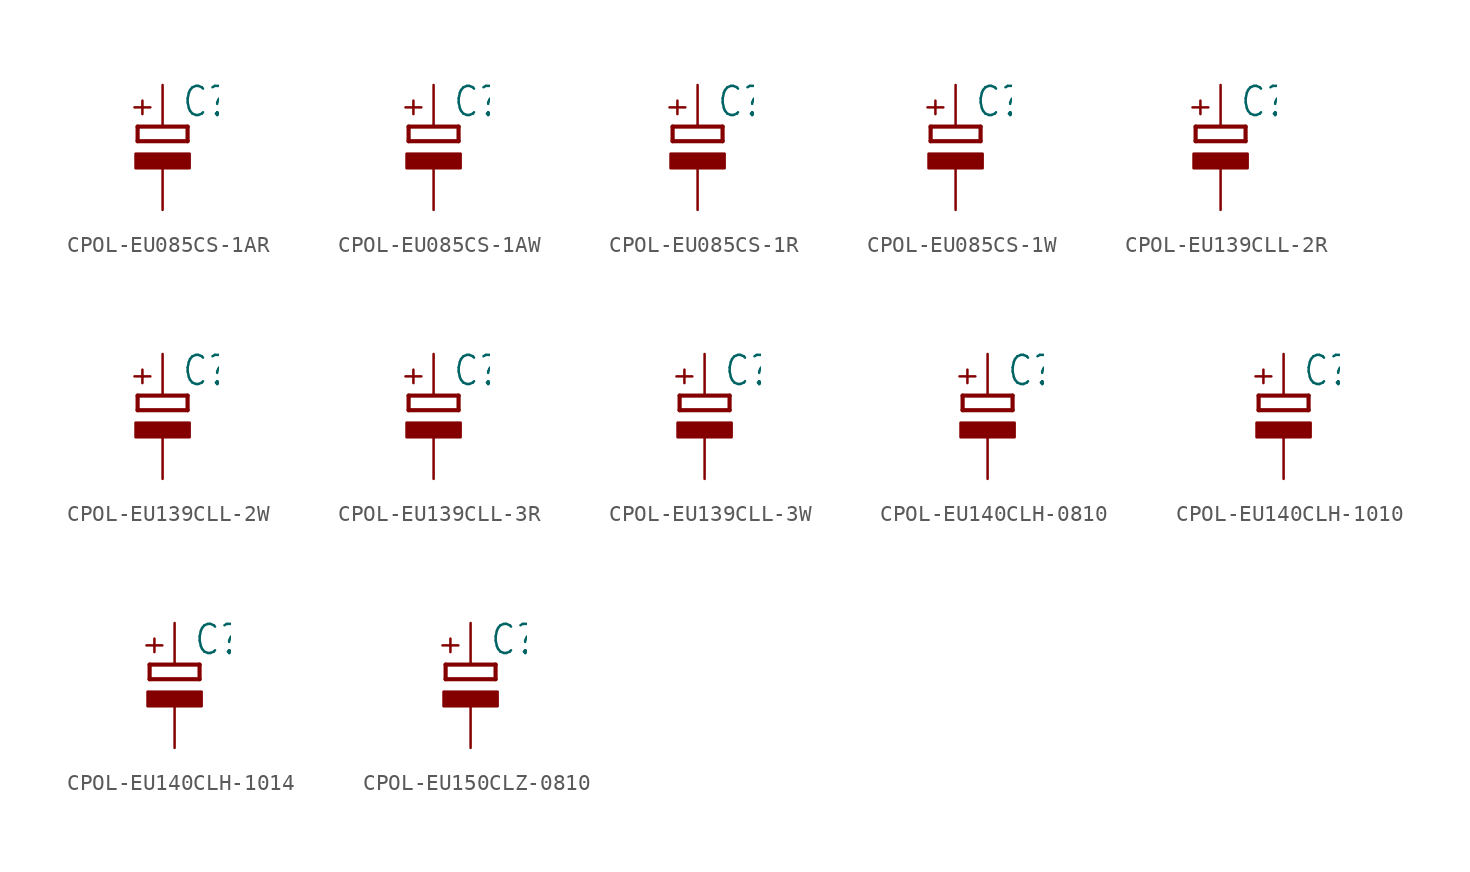
<source format=kicad_sym>
(kicad_symbol_lib
  (version 20231120)
  (generator "kicad_symbol_editor")
  (generator_version "8.0")
  (symbol "CPOL-EU085CS-1AR"
    (property "Reference" "C"
      (at 1.143 0.483 0)
      (effects (font (size 1.778 1.511)) (justify left bottom)))
    (property "Value" ""
      (at 1.143 -4.597 0)
      (effects (font (size 1.778 1.511)) (justify left bottom)))
    (property "ki_locked" ""
      (at 0 0 0)
      (effects (font (size 1.27 1.27))))
    (symbol "CPOL-EU085CS-1AR_1_0"
      (rectangle (start -1.651 -2.54) (end 1.651 -1.651) (stroke (width 0) (type default)) (fill (type outline)))
      (polyline (pts (xy -1.524 -0.889) (xy 1.524 -0.889)) (stroke (width 0.254) (type solid)) (fill (type none)))
      (polyline (pts (xy -1.524 0) (xy -1.524 -0.889)) (stroke (width 0.254) (type solid)) (fill (type none)))
      (polyline (pts (xy -1.524 0) (xy 1.524 0)) (stroke (width 0.254) (type solid)) (fill (type none)))
      (polyline (pts (xy 1.524 -0.889) (xy 1.524 0)) (stroke (width 0.254) (type solid)) (fill (type none)))
      (text "+" (at -0.584 0.406 900) (effects (font (size 1.27 1.079)) (justify left bottom)))
      (pin passive line (at 0 2.54 270) (length 2.54) (name "+" (effects (font (size 0 0)))) (number "+" (effects (font (size 0 0)))))
      (pin passive line (at 0 -5.08 90) (length 2.54) (name "-" (effects (font (size 0 0)))) (number "-" (effects (font (size 0 0)))))))
  (symbol "CPOL-EU085CS-1AW"
    (property "Reference" "C"
      (at 1.143 0.483 0)
      (effects (font (size 1.778 1.511)) (justify left bottom)))
    (property "Value" ""
      (at 1.143 -4.597 0)
      (effects (font (size 1.778 1.511)) (justify left bottom)))
    (property "ki_locked" ""
      (at 0 0 0)
      (effects (font (size 1.27 1.27))))
    (symbol "CPOL-EU085CS-1AW_1_0"
      (rectangle (start -1.651 -2.54) (end 1.651 -1.651) (stroke (width 0) (type default)) (fill (type outline)))
      (polyline (pts (xy -1.524 -0.889) (xy 1.524 -0.889)) (stroke (width 0.254) (type solid)) (fill (type none)))
      (polyline (pts (xy -1.524 0) (xy -1.524 -0.889)) (stroke (width 0.254) (type solid)) (fill (type none)))
      (polyline (pts (xy -1.524 0) (xy 1.524 0)) (stroke (width 0.254) (type solid)) (fill (type none)))
      (polyline (pts (xy 1.524 -0.889) (xy 1.524 0)) (stroke (width 0.254) (type solid)) (fill (type none)))
      (text "+" (at -0.584 0.406 900) (effects (font (size 1.27 1.079)) (justify left bottom)))
      (pin passive line (at 0 2.54 270) (length 2.54) (name "+" (effects (font (size 0 0)))) (number "+" (effects (font (size 0 0)))))
      (pin passive line (at 0 -5.08 90) (length 2.54) (name "-" (effects (font (size 0 0)))) (number "-" (effects (font (size 0 0)))))))
  (symbol "CPOL-EU085CS-1R"
    (property "Reference" "C"
      (at 1.143 0.483 0)
      (effects (font (size 1.778 1.511)) (justify left bottom)))
    (property "Value" ""
      (at 1.143 -4.597 0)
      (effects (font (size 1.778 1.511)) (justify left bottom)))
    (property "ki_locked" ""
      (at 0 0 0)
      (effects (font (size 1.27 1.27))))
    (symbol "CPOL-EU085CS-1R_1_0"
      (rectangle (start -1.651 -2.54) (end 1.651 -1.651) (stroke (width 0) (type default)) (fill (type outline)))
      (polyline (pts (xy -1.524 -0.889) (xy 1.524 -0.889)) (stroke (width 0.254) (type solid)) (fill (type none)))
      (polyline (pts (xy -1.524 0) (xy -1.524 -0.889)) (stroke (width 0.254) (type solid)) (fill (type none)))
      (polyline (pts (xy -1.524 0) (xy 1.524 0)) (stroke (width 0.254) (type solid)) (fill (type none)))
      (polyline (pts (xy 1.524 -0.889) (xy 1.524 0)) (stroke (width 0.254) (type solid)) (fill (type none)))
      (text "+" (at -0.584 0.406 900) (effects (font (size 1.27 1.079)) (justify left bottom)))
      (pin passive line (at 0 2.54 270) (length 2.54) (name "+" (effects (font (size 0 0)))) (number "+" (effects (font (size 0 0)))))
      (pin passive line (at 0 -5.08 90) (length 2.54) (name "-" (effects (font (size 0 0)))) (number "-" (effects (font (size 0 0)))))))
  (symbol "CPOL-EU085CS-1W"
    (property "Reference" "C"
      (at 1.143 0.483 0)
      (effects (font (size 1.778 1.511)) (justify left bottom)))
    (property "Value" ""
      (at 1.143 -4.597 0)
      (effects (font (size 1.778 1.511)) (justify left bottom)))
    (property "ki_locked" ""
      (at 0 0 0)
      (effects (font (size 1.27 1.27))))
    (symbol "CPOL-EU085CS-1W_1_0"
      (rectangle (start -1.651 -2.54) (end 1.651 -1.651) (stroke (width 0) (type default)) (fill (type outline)))
      (polyline (pts (xy -1.524 -0.889) (xy 1.524 -0.889)) (stroke (width 0.254) (type solid)) (fill (type none)))
      (polyline (pts (xy -1.524 0) (xy -1.524 -0.889)) (stroke (width 0.254) (type solid)) (fill (type none)))
      (polyline (pts (xy -1.524 0) (xy 1.524 0)) (stroke (width 0.254) (type solid)) (fill (type none)))
      (polyline (pts (xy 1.524 -0.889) (xy 1.524 0)) (stroke (width 0.254) (type solid)) (fill (type none)))
      (text "+" (at -0.584 0.406 900) (effects (font (size 1.27 1.079)) (justify left bottom)))
      (pin passive line (at 0 2.54 270) (length 2.54) (name "+" (effects (font (size 0 0)))) (number "+" (effects (font (size 0 0)))))
      (pin passive line (at 0 -5.08 90) (length 2.54) (name "-" (effects (font (size 0 0)))) (number "-" (effects (font (size 0 0)))))))
  (symbol "CPOL-EU139CLL-2R"
    (property "Reference" "C"
      (at 1.143 0.483 0)
      (effects (font (size 1.778 1.511)) (justify left bottom)))
    (property "Value" ""
      (at 1.143 -4.597 0)
      (effects (font (size 1.778 1.511)) (justify left bottom)))
    (property "ki_locked" ""
      (at 0 0 0)
      (effects (font (size 1.27 1.27))))
    (symbol "CPOL-EU139CLL-2R_1_0"
      (rectangle (start -1.651 -2.54) (end 1.651 -1.651) (stroke (width 0) (type default)) (fill (type outline)))
      (polyline (pts (xy -1.524 -0.889) (xy 1.524 -0.889)) (stroke (width 0.254) (type solid)) (fill (type none)))
      (polyline (pts (xy -1.524 0) (xy -1.524 -0.889)) (stroke (width 0.254) (type solid)) (fill (type none)))
      (polyline (pts (xy -1.524 0) (xy 1.524 0)) (stroke (width 0.254) (type solid)) (fill (type none)))
      (polyline (pts (xy 1.524 -0.889) (xy 1.524 0)) (stroke (width 0.254) (type solid)) (fill (type none)))
      (text "+" (at -0.584 0.406 900) (effects (font (size 1.27 1.079)) (justify left bottom)))
      (pin passive line (at 0 2.54 270) (length 2.54) (name "+" (effects (font (size 0 0)))) (number "+" (effects (font (size 0 0)))))
      (pin passive line (at 0 -5.08 90) (length 2.54) (name "-" (effects (font (size 0 0)))) (number "-" (effects (font (size 0 0)))))))
  (symbol "CPOL-EU139CLL-2W"
    (property "Reference" "C"
      (at 1.143 0.483 0)
      (effects (font (size 1.778 1.511)) (justify left bottom)))
    (property "Value" ""
      (at 1.143 -4.597 0)
      (effects (font (size 1.778 1.511)) (justify left bottom)))
    (property "ki_locked" ""
      (at 0 0 0)
      (effects (font (size 1.27 1.27))))
    (symbol "CPOL-EU139CLL-2W_1_0"
      (rectangle (start -1.651 -2.54) (end 1.651 -1.651) (stroke (width 0) (type default)) (fill (type outline)))
      (polyline (pts (xy -1.524 -0.889) (xy 1.524 -0.889)) (stroke (width 0.254) (type solid)) (fill (type none)))
      (polyline (pts (xy -1.524 0) (xy -1.524 -0.889)) (stroke (width 0.254) (type solid)) (fill (type none)))
      (polyline (pts (xy -1.524 0) (xy 1.524 0)) (stroke (width 0.254) (type solid)) (fill (type none)))
      (polyline (pts (xy 1.524 -0.889) (xy 1.524 0)) (stroke (width 0.254) (type solid)) (fill (type none)))
      (text "+" (at -0.584 0.406 900) (effects (font (size 1.27 1.079)) (justify left bottom)))
      (pin passive line (at 0 2.54 270) (length 2.54) (name "+" (effects (font (size 0 0)))) (number "+" (effects (font (size 0 0)))))
      (pin passive line (at 0 -5.08 90) (length 2.54) (name "-" (effects (font (size 0 0)))) (number "-" (effects (font (size 0 0)))))))
  (symbol "CPOL-EU139CLL-3R"
    (property "Reference" "C"
      (at 1.143 0.483 0)
      (effects (font (size 1.778 1.511)) (justify left bottom)))
    (property "Value" ""
      (at 1.143 -4.597 0)
      (effects (font (size 1.778 1.511)) (justify left bottom)))
    (property "ki_locked" ""
      (at 0 0 0)
      (effects (font (size 1.27 1.27))))
    (symbol "CPOL-EU139CLL-3R_1_0"
      (rectangle (start -1.651 -2.54) (end 1.651 -1.651) (stroke (width 0) (type default)) (fill (type outline)))
      (polyline (pts (xy -1.524 -0.889) (xy 1.524 -0.889)) (stroke (width 0.254) (type solid)) (fill (type none)))
      (polyline (pts (xy -1.524 0) (xy -1.524 -0.889)) (stroke (width 0.254) (type solid)) (fill (type none)))
      (polyline (pts (xy -1.524 0) (xy 1.524 0)) (stroke (width 0.254) (type solid)) (fill (type none)))
      (polyline (pts (xy 1.524 -0.889) (xy 1.524 0)) (stroke (width 0.254) (type solid)) (fill (type none)))
      (text "+" (at -0.584 0.406 900) (effects (font (size 1.27 1.079)) (justify left bottom)))
      (pin passive line (at 0 2.54 270) (length 2.54) (name "+" (effects (font (size 0 0)))) (number "+" (effects (font (size 0 0)))))
      (pin passive line (at 0 -5.08 90) (length 2.54) (name "-" (effects (font (size 0 0)))) (number "-" (effects (font (size 0 0)))))))
  (symbol "CPOL-EU139CLL-3W"
    (property "Reference" "C"
      (at 1.143 0.483 0)
      (effects (font (size 1.778 1.511)) (justify left bottom)))
    (property "Value" ""
      (at 1.143 -4.597 0)
      (effects (font (size 1.778 1.511)) (justify left bottom)))
    (property "ki_locked" ""
      (at 0 0 0)
      (effects (font (size 1.27 1.27))))
    (symbol "CPOL-EU139CLL-3W_1_0"
      (rectangle (start -1.651 -2.54) (end 1.651 -1.651) (stroke (width 0) (type default)) (fill (type outline)))
      (polyline (pts (xy -1.524 -0.889) (xy 1.524 -0.889)) (stroke (width 0.254) (type solid)) (fill (type none)))
      (polyline (pts (xy -1.524 0) (xy -1.524 -0.889)) (stroke (width 0.254) (type solid)) (fill (type none)))
      (polyline (pts (xy -1.524 0) (xy 1.524 0)) (stroke (width 0.254) (type solid)) (fill (type none)))
      (polyline (pts (xy 1.524 -0.889) (xy 1.524 0)) (stroke (width 0.254) (type solid)) (fill (type none)))
      (text "+" (at -0.584 0.406 900) (effects (font (size 1.27 1.079)) (justify left bottom)))
      (pin passive line (at 0 2.54 270) (length 2.54) (name "+" (effects (font (size 0 0)))) (number "+" (effects (font (size 0 0)))))
      (pin passive line (at 0 -5.08 90) (length 2.54) (name "-" (effects (font (size 0 0)))) (number "-" (effects (font (size 0 0)))))))
  (symbol "CPOL-EU140CLH-0810"
    (property "Reference" "C"
      (at 1.143 0.483 0)
      (effects (font (size 1.778 1.511)) (justify left bottom)))
    (property "Value" ""
      (at 1.143 -4.597 0)
      (effects (font (size 1.778 1.511)) (justify left bottom)))
    (property "ki_locked" ""
      (at 0 0 0)
      (effects (font (size 1.27 1.27))))
    (symbol "CPOL-EU140CLH-0810_1_0"
      (rectangle (start -1.651 -2.54) (end 1.651 -1.651) (stroke (width 0) (type default)) (fill (type outline)))
      (polyline (pts (xy -1.524 -0.889) (xy 1.524 -0.889)) (stroke (width 0.254) (type solid)) (fill (type none)))
      (polyline (pts (xy -1.524 0) (xy -1.524 -0.889)) (stroke (width 0.254) (type solid)) (fill (type none)))
      (polyline (pts (xy -1.524 0) (xy 1.524 0)) (stroke (width 0.254) (type solid)) (fill (type none)))
      (polyline (pts (xy 1.524 -0.889) (xy 1.524 0)) (stroke (width 0.254) (type solid)) (fill (type none)))
      (text "+" (at -0.584 0.406 900) (effects (font (size 1.27 1.079)) (justify left bottom)))
      (pin passive line (at 0 2.54 270) (length 2.54) (name "+" (effects (font (size 0 0)))) (number "+" (effects (font (size 0 0)))))
      (pin passive line (at 0 -5.08 90) (length 2.54) (name "-" (effects (font (size 0 0)))) (number "-" (effects (font (size 0 0)))))))
  (symbol "CPOL-EU140CLH-1010"
    (property "Reference" "C"
      (at 1.143 0.483 0)
      (effects (font (size 1.778 1.511)) (justify left bottom)))
    (property "Value" ""
      (at 1.143 -4.597 0)
      (effects (font (size 1.778 1.511)) (justify left bottom)))
    (property "ki_locked" ""
      (at 0 0 0)
      (effects (font (size 1.27 1.27))))
    (symbol "CPOL-EU140CLH-1010_1_0"
      (rectangle (start -1.651 -2.54) (end 1.651 -1.651) (stroke (width 0) (type default)) (fill (type outline)))
      (polyline (pts (xy -1.524 -0.889) (xy 1.524 -0.889)) (stroke (width 0.254) (type solid)) (fill (type none)))
      (polyline (pts (xy -1.524 0) (xy -1.524 -0.889)) (stroke (width 0.254) (type solid)) (fill (type none)))
      (polyline (pts (xy -1.524 0) (xy 1.524 0)) (stroke (width 0.254) (type solid)) (fill (type none)))
      (polyline (pts (xy 1.524 -0.889) (xy 1.524 0)) (stroke (width 0.254) (type solid)) (fill (type none)))
      (text "+" (at -0.584 0.406 900) (effects (font (size 1.27 1.079)) (justify left bottom)))
      (pin passive line (at 0 2.54 270) (length 2.54) (name "+" (effects (font (size 0 0)))) (number "+" (effects (font (size 0 0)))))
      (pin passive line (at 0 -5.08 90) (length 2.54) (name "-" (effects (font (size 0 0)))) (number "-" (effects (font (size 0 0)))))))
  (symbol "CPOL-EU140CLH-1014"
    (property "Reference" "C"
      (at 1.143 0.483 0)
      (effects (font (size 1.778 1.511)) (justify left bottom)))
    (property "Value" ""
      (at 1.143 -4.597 0)
      (effects (font (size 1.778 1.511)) (justify left bottom)))
    (property "ki_locked" ""
      (at 0 0 0)
      (effects (font (size 1.27 1.27))))
    (symbol "CPOL-EU140CLH-1014_1_0"
      (rectangle (start -1.651 -2.54) (end 1.651 -1.651) (stroke (width 0) (type default)) (fill (type outline)))
      (polyline (pts (xy -1.524 -0.889) (xy 1.524 -0.889)) (stroke (width 0.254) (type solid)) (fill (type none)))
      (polyline (pts (xy -1.524 0) (xy -1.524 -0.889)) (stroke (width 0.254) (type solid)) (fill (type none)))
      (polyline (pts (xy -1.524 0) (xy 1.524 0)) (stroke (width 0.254) (type solid)) (fill (type none)))
      (polyline (pts (xy 1.524 -0.889) (xy 1.524 0)) (stroke (width 0.254) (type solid)) (fill (type none)))
      (text "+" (at -0.584 0.406 900) (effects (font (size 1.27 1.079)) (justify left bottom)))
      (pin passive line (at 0 2.54 270) (length 2.54) (name "+" (effects (font (size 0 0)))) (number "+" (effects (font (size 0 0)))))
      (pin passive line (at 0 -5.08 90) (length 2.54) (name "-" (effects (font (size 0 0)))) (number "-" (effects (font (size 0 0)))))))
  (symbol "CPOL-EU150CLZ-0810"
    (property "Reference" "C"
      (at 1.143 0.483 0)
      (effects (font (size 1.778 1.511)) (justify left bottom)))
    (property "Value" ""
      (at 1.143 -4.597 0)
      (effects (font (size 1.778 1.511)) (justify left bottom)))
    (property "ki_locked" ""
      (at 0 0 0)
      (effects (font (size 1.27 1.27))))
    (symbol "CPOL-EU150CLZ-0810_1_0"
      (rectangle (start -1.651 -2.54) (end 1.651 -1.651) (stroke (width 0) (type default)) (fill (type outline)))
      (polyline (pts (xy -1.524 -0.889) (xy 1.524 -0.889)) (stroke (width 0.254) (type solid)) (fill (type none)))
      (polyline (pts (xy -1.524 0) (xy -1.524 -0.889)) (stroke (width 0.254) (type solid)) (fill (type none)))
      (polyline (pts (xy -1.524 0) (xy 1.524 0)) (stroke (width 0.254) (type solid)) (fill (type none)))
      (polyline (pts (xy 1.524 -0.889) (xy 1.524 0)) (stroke (width 0.254) (type solid)) (fill (type none)))
      (text "+" (at -0.584 0.406 900) (effects (font (size 1.27 1.079)) (justify left bottom)))
      (pin passive line (at 0 2.54 270) (length 2.54) (name "+" (effects (font (size 0 0)))) (number "+" (effects (font (size 0 0)))))
      (pin passive line (at 0 -5.08 90) (length 2.54) (name "-" (effects (font (size 0 0)))) (number "-" (effects (font (size 0 0))))))))
</source>
